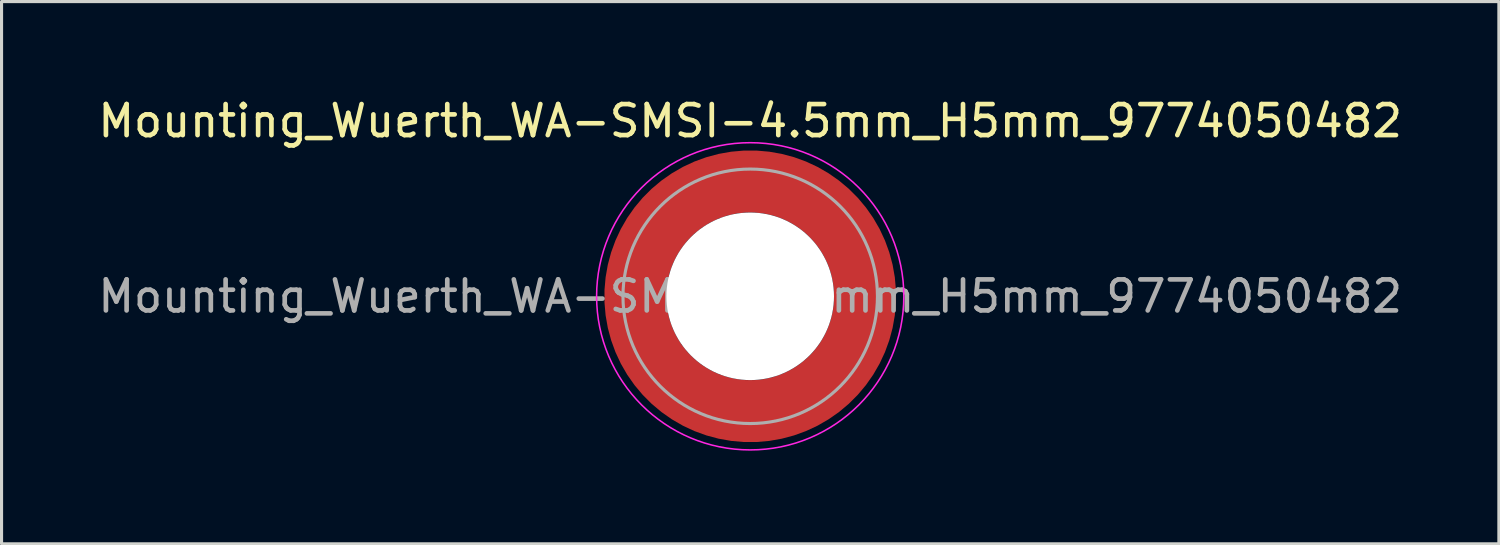
<source format=kicad_pcb>
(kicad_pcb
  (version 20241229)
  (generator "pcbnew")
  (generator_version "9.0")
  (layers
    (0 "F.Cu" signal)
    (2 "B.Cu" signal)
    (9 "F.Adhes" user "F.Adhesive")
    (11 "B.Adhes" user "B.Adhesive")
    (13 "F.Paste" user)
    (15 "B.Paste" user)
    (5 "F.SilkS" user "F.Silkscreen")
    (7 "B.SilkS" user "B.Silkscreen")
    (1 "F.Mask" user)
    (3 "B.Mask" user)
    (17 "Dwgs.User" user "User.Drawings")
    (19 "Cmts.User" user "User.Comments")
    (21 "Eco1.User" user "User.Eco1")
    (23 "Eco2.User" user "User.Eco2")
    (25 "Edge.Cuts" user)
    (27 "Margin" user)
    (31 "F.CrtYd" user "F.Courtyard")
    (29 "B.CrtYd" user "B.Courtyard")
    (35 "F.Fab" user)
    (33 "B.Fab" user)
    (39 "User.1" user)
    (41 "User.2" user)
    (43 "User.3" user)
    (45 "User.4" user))
  (footprint "Mounting_Wuerth_WA-SMSI-4.5mm_H5mm_9774050482"
    (layer "F.Cu")
    (at 21.125 6.498)
    (property "Reference" "Mounting_Wuerth_WA-SMSI-4.5mm_H5mm_9774050482" (at 0 -5.65 0) (layer "F.SilkS") (effects (font (size 1 1) (thickness 0.15))))
    (attr smd)
    (fp_circle (center 0 0) (end 4.95 0) (stroke (width 0.05) (type solid)) (fill no) (layer "F.CrtYd"))
    (fp_circle (center 0 0) (end 4.1 0) (stroke (width 0.1) (type solid)) (fill no) (layer "F.Fab"))
    (fp_text user "${REFERENCE}" (at 0 0 0) (layer "F.Fab") (effects (font (size 1 1) (thickness 0.15))))
    (pad "" smd custom (at -2.607 -2.607) (size 1.495 1.495) (layers "F.Paste") (options (anchor circle)) (primitives (gr_arc (start -0.188183 2.107456) (mid 0.598928 0.599619) (end 2.106494 -0.188011) (width 0.2)) (gr_arc (start -0.289416 2.107456) (mid 0.528508 0.529033) (end 2.106724 -0.28929) (width 0.2)) (gr_arc (start -0.390547 2.107456) (mid 0.457087 0.459449) (end 2.104161 -0.389996) (width 0.2)) (gr_arc (start -0.491585 2.107456) (mid 0.386415 0.389116) (end 2.103685 -0.490974) (width 0.2)) (gr_arc (start -0.59254 2.107456) (mid 0.31649 0.318035) (end 2.105297 -0.592203) (width 0.2)) (gr_arc (start -0.693419 2.107456) (mid 0.245252 0.248268) (end 2.103239 -0.692777) (width 0.2)) (gr_arc (start -0.794229 2.107456) (mid 0.174636 0.177878) (end 2.102921 -0.793558) (width 0.2)) (gr_arc (start -0.894975 2.107456) (mid 0.104643 0.106867) (end 2.104343 -0.894528) (width 0.2)) (gr_arc (start -0.995664 2.107456) (mid 0.033026 0.037479) (end 2.101219 -0.994793) (width 0.2)) (gr_arc (start -1.0963 2.107456) (mid -0.035789 -0.034713) (end 2.105949 -1.096095) (width 0.2)) (gr_arc (start -1.196886 2.107456) (mid -0.106351 -0.105158) (end 2.105783 -1.196667) (width 0.2)) (gr_arc (start -1.297427 2.107456) (mid -0.176416 -0.176097) (end 2.107009 -1.29737) (width 0.2)) (gr_arc (start -1.397927 2.107456) (mid -0.248476 -0.245042) (end 2.102638 -1.397323) (width 0.2)) (gr_arc (start -1.498388 2.107456) (mid -0.317612 -0.316913) (end 2.106475 -1.498268) (width 0.2)) (gr_arc (start -1.598813 2.107456) (mid -0.388865 -0.386665) (end 2.104366 -1.598444) (width 0.2)) (gr_arc (start -1.699204 2.107456) (mid -0.459747 -0.456787) (end 2.103299 -1.698719) (width 0.2)) (gr_arc (start -1.799565 2.107456) (mid -0.530257 -0.527283) (end 2.103277 -1.799089) (width 0.2)) (gr_arc (start -1.899896 2.107456) (mid -0.600396 -0.59815) (end 2.104299 -1.899545) (width 0.2)) (gr_arc (start -1.899896 2.107456) (mid -0.600396 -0.59815) (end 2.104299 -1.899545) (width 0.2)) (gr_line (start 2.107 -0.188) (end 2.107 -1.9) (width 0.2)) (gr_line (start -0.188 2.107) (end -1.9 2.107) (width 0.2))))
    (pad "" smd custom (at -2.607 2.607) (size 1.495 1.495) (layers "F.Paste") (options (anchor circle)) (primitives (gr_arc (start 2.107456 0.188183) (mid 0.599619 -0.598928) (end -0.188011 -2.106494) (width 0.2)) (gr_arc (start 2.107456 0.289416) (mid 0.529033 -0.528508) (end -0.28929 -2.106724) (width 0.2)) (gr_arc (start 2.107456 0.390547) (mid 0.45945 -0.457087) (end -0.389996 -2.104161) (width 0.2)) (gr_arc (start 2.107456 0.491585) (mid 0.389116 -0.386415) (end -0.490974 -2.103685) (width 0.2)) (gr_arc (start 2.107456 0.59254) (mid 0.318035 -0.31649) (end -0.592203 -2.105297) (width 0.2)) (gr_arc (start 2.107456 0.693419) (mid 0.248268 -0.245252) (end -0.692777 -2.103239) (width 0.2)) (gr_arc (start 2.107456 0.794229) (mid 0.177878 -0.174636) (end -0.793558 -2.102921) (width 0.2)) (gr_arc (start 2.107456 0.894975) (mid 0.106867 -0.104643) (end -0.894528 -2.104343) (width 0.2)) (gr_arc (start 2.107456 0.995664) (mid 0.037479 -0.033026) (end -0.994793 -2.101219) (width 0.2)) (gr_arc (start 2.107456 1.0963) (mid -0.034713 0.035789) (end -1.096095 -2.105949) (width 0.2)) (gr_arc (start 2.107456 1.196886) (mid -0.105158 0.106351) (end -1.196667 -2.105783) (width 0.2)) (gr_arc (start 2.107456 1.297427) (mid -0.176097 0.176416) (end -1.29737 -2.107009) (width 0.2)) (gr_arc (start 2.107456 1.397927) (mid -0.245042 0.248476) (end -1.397323 -2.102638) (width 0.2)) (gr_arc (start 2.107456 1.498388) (mid -0.316913 0.317612) (end -1.498268 -2.106475) (width 0.2)) (gr_arc (start 2.107456 1.598813) (mid -0.386665 0.388865) (end -1.598444 -2.104366) (width 0.2)) (gr_arc (start 2.107456 1.699204) (mid -0.456787 0.459747) (end -1.698719 -2.103299) (width 0.2)) (gr_arc (start 2.107456 1.799565) (mid -0.527283 0.530257) (end -1.799089 -2.103277) (width 0.2)) (gr_arc (start 2.107456 1.899896) (mid -0.59815 0.600396) (end -1.899545 -2.104299) (width 0.2)) (gr_arc (start 2.107456 1.899896) (mid -0.59815 0.600396) (end -1.899545 -2.104299) (width 0.2)) (gr_line (start -0.188 -2.107) (end -1.9 -2.107) (width 0.2)) (gr_line (start 2.107 0.188) (end 2.107 1.9) (width 0.2))))
    (pad "" np_thru_hole circle (at 0 0) (size 5.4 5.4) (drill 5.4) (layers "*.Cu" "*.Mask"))
    (pad "" smd custom (at 2.607 -2.607) (size 1.495 1.495) (layers "F.Paste") (options (anchor circle)) (primitives (gr_arc (start -2.107456 -0.188183) (mid -0.599619 0.598928) (end 0.188011 2.106494) (width 0.2)) (gr_arc (start -2.107456 -0.289416) (mid -0.529033 0.528508) (end 0.28929 2.106724) (width 0.2)) (gr_arc (start -2.107456 -0.390547) (mid -0.459449 0.457087) (end 0.389996 2.104161) (width 0.2)) (gr_arc (start -2.107456 -0.491585) (mid -0.389116 0.386415) (end 0.490974 2.103685) (width 0.2)) (gr_arc (start -2.107456 -0.59254) (mid -0.318035 0.31649) (end 0.592203 2.105297) (width 0.2)) (gr_arc (start -2.107456 -0.693419) (mid -0.248268 0.245252) (end 0.692777 2.103239) (width 0.2)) (gr_arc (start -2.107456 -0.794229) (mid -0.177878 0.174636) (end 0.793558 2.102921) (width 0.2)) (gr_arc (start -2.107456 -0.894975) (mid -0.106867 0.104643) (end 0.894528 2.104343) (width 0.2)) (gr_arc (start -2.107456 -0.995664) (mid -0.037479 0.033026) (end 0.994793 2.101219) (width 0.2)) (gr_arc (start -2.107456 -1.0963) (mid 0.034713 -0.035789) (end 1.096095 2.105949) (width 0.2)) (gr_arc (start -2.107456 -1.196886) (mid 0.105158 -0.106351) (end 1.196667 2.105783) (width 0.2)) (gr_arc (start -2.107456 -1.297427) (mid 0.176097 -0.176416) (end 1.29737 2.107009) (width 0.2)) (gr_arc (start -2.107456 -1.397927) (mid 0.245042 -0.248476) (end 1.397323 2.102638) (width 0.2)) (gr_arc (start -2.107456 -1.498388) (mid 0.316913 -0.317612) (end 1.498268 2.106475) (width 0.2)) (gr_arc (start -2.107456 -1.598813) (mid 0.386665 -0.388865) (end 1.598444 2.104366) (width 0.2)) (gr_arc (start -2.107456 -1.699204) (mid 0.456787 -0.459747) (end 1.698719 2.103299) (width 0.2)) (gr_arc (start -2.107456 -1.799565) (mid 0.527283 -0.530257) (end 1.799089 2.103277) (width 0.2)) (gr_arc (start -2.107456 -1.899896) (mid 0.59815 -0.600396) (end 1.899545 2.104299) (width 0.2)) (gr_arc (start -2.107456 -1.899896) (mid 0.59815 -0.600396) (end 1.899545 2.104299) (width 0.2)) (gr_line (start 0.188 2.107) (end 1.9 2.107) (width 0.2)) (gr_line (start -2.107 -0.188) (end -2.107 -1.9) (width 0.2))))
    (pad "" smd custom (at 2.607 2.607) (size 1.495 1.495) (layers "F.Paste") (options (anchor circle)) (primitives (gr_arc (start 0.188183 -2.107456) (mid -0.598928 -0.599619) (end -2.106494 0.188011) (width 0.2)) (gr_arc (start 0.289416 -2.107456) (mid -0.528508 -0.529033) (end -2.106724 0.28929) (width 0.2)) (gr_arc (start 0.390547 -2.107456) (mid -0.457087 -0.459449) (end -2.104161 0.389996) (width 0.2)) (gr_arc (start 0.491585 -2.107456) (mid -0.386415 -0.389116) (end -2.103685 0.490974) (width 0.2)) (gr_arc (start 0.59254 -2.107456) (mid -0.31649 -0.318035) (end -2.105297 0.592203) (width 0.2)) (gr_arc (start 0.693419 -2.107456) (mid -0.245252 -0.248268) (end -2.103239 0.692777) (width 0.2)) (gr_arc (start 0.794229 -2.107456) (mid -0.174636 -0.177878) (end -2.102921 0.793558) (width 0.2)) (gr_arc (start 0.894975 -2.107456) (mid -0.104643 -0.106867) (end -2.104343 0.894528) (width 0.2)) (gr_arc (start 0.995664 -2.107456) (mid -0.033026 -0.037479) (end -2.101219 0.994793) (width 0.2)) (gr_arc (start 1.0963 -2.107456) (mid 0.035789 0.034713) (end -2.105949 1.096095) (width 0.2)) (gr_arc (start 1.196886 -2.107456) (mid 0.106351 0.105158) (end -2.105783 1.196667) (width 0.2)) (gr_arc (start 1.297427 -2.107456) (mid 0.176416 0.176097) (end -2.107009 1.29737) (width 0.2)) (gr_arc (start 1.397927 -2.107456) (mid 0.248476 0.245042) (end -2.102638 1.397323) (width 0.2)) (gr_arc (start 1.498388 -2.107456) (mid 0.317612 0.316913) (end -2.106475 1.498268) (width 0.2)) (gr_arc (start 1.598813 -2.107456) (mid 0.388865 0.386665) (end -2.104366 1.598444) (width 0.2)) (gr_arc (start 1.699204 -2.107456) (mid 0.459747 0.456787) (end -2.103299 1.698719) (width 0.2)) (gr_arc (start 1.799565 -2.107456) (mid 0.530257 0.527283) (end -2.103277 1.799089) (width 0.2)) (gr_arc (start 1.899896 -2.107456) (mid 0.600396 0.59815) (end -2.104299 1.899545) (width 0.2)) (gr_arc (start 1.899896 -2.107456) (mid 0.600396 0.59815) (end -2.104299 1.899545) (width 0.2)) (gr_line (start -2.107 0.188) (end -2.107 1.9) (width 0.2)) (gr_line (start 0.188 -2.107) (end 1.9 -2.107) (width 0.2))))
    (pad "1" smd circle (at -3.7 0) (size 1.6 1.6) (layers "F.Cu"))
    (pad "1" smd circle (at 0 -3.7) (size 1.6 1.6) (layers "F.Cu"))
    (pad "1" smd circle (at 0 3.7) (size 1.6 1.6) (layers "F.Cu"))
    (pad "1" smd custom (at 3.7 0) (size 1.6 1.6) (layers "F.Cu" "F.Mask") (options (anchor circle)) (primitives (gr_circle (center -3.7 0) (end 0 0) (width 2) (fill no)))))
  (gr_rect
    (start -3 -3)
    (end 45.25 14.473)
    (stroke (width 0.1) (type default))
    (fill no)
    (layer "Edge.Cuts")))
</source>
